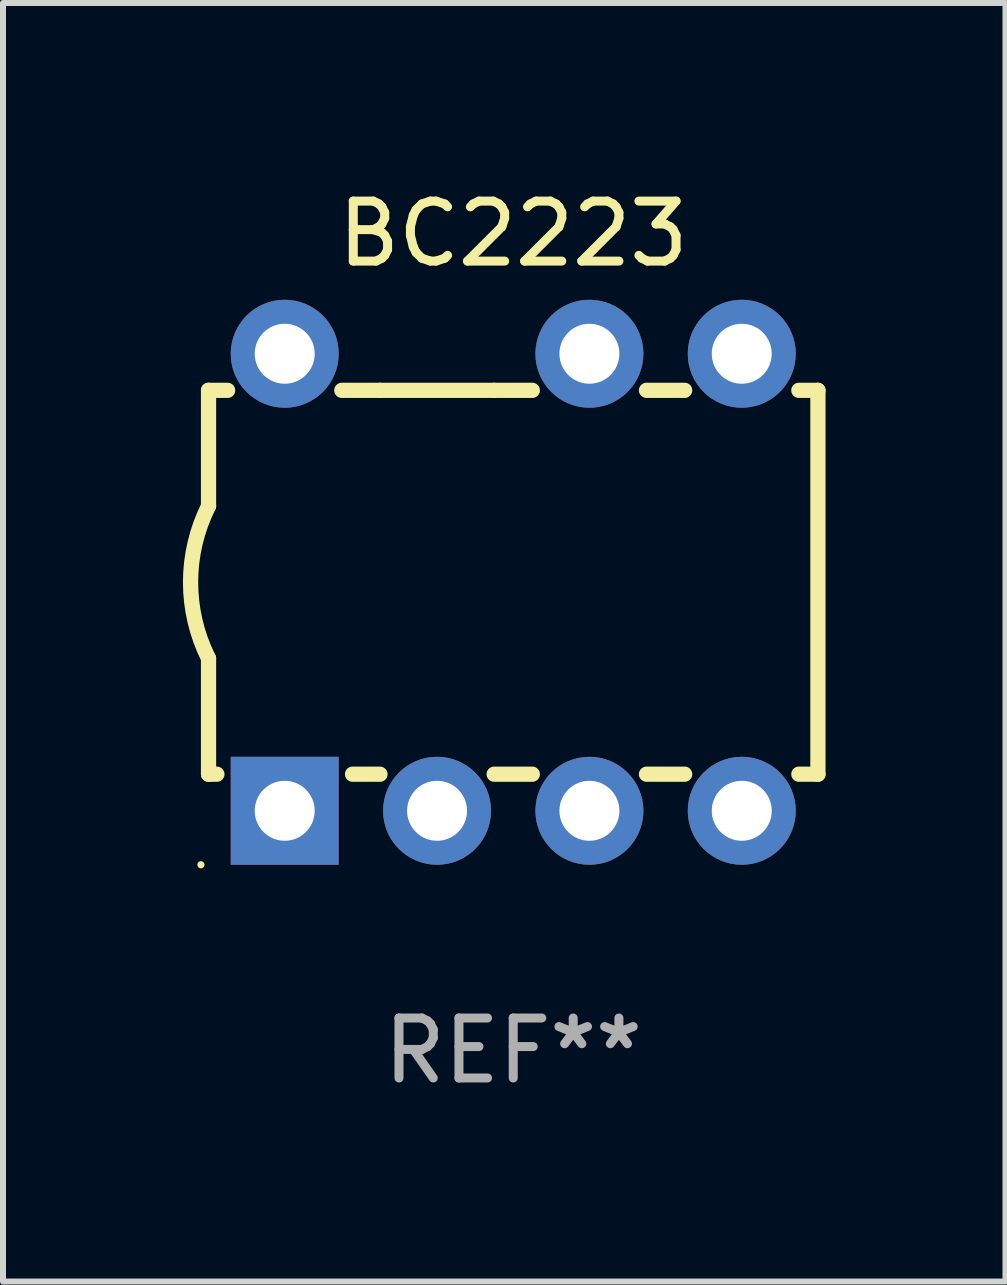
<source format=kicad_pcb>
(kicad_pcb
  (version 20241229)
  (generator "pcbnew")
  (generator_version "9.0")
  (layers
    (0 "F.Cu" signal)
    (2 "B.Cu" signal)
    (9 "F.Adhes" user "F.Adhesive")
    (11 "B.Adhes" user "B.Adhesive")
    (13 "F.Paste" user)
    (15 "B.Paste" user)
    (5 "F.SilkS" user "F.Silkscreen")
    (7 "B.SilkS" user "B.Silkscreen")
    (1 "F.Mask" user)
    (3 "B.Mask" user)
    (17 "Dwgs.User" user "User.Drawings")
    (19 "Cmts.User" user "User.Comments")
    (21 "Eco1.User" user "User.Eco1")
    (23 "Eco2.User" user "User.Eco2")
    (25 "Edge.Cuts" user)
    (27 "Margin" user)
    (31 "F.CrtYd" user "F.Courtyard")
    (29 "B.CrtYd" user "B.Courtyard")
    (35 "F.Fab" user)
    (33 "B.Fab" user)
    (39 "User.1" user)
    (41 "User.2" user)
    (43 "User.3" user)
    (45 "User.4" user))
  (footprint "BC2223"
    (layer "F.Cu")
    (at 5.507 6.658)
    (property "Reference" "BC2223" (at 0 -5.81 0) (layer "F.SilkS") (effects (font (size 1 1) (thickness 0.15))))
    (attr through_hole)
    (fp_line (start -5.08 -3.2) (end -4.762 -3.2) (stroke (width 0.254) (type solid)) (layer "F.SilkS"))
    (fp_line (start -5.08 -1.27) (end -5.08 -3.2) (stroke (width 0.254) (type solid)) (layer "F.SilkS"))
    (fp_line (start -5.08 3.2) (end -5.08 1.27) (stroke (width 0.254) (type solid)) (layer "F.SilkS"))
    (fp_line (start -5.08 3.2) (end -4.941 3.2) (stroke (width 0.254) (type solid)) (layer "F.SilkS"))
    (fp_line (start -2.858 -3.2) (end -2.222 -3.2) (stroke (width 0.254) (type solid)) (layer "F.SilkS"))
    (fp_line (start -2.679 3.2) (end -2.222 3.2) (stroke (width 0.254) (type solid)) (layer "F.SilkS"))
    (fp_line (start -2.222 -3.2) (end -0.318 -3.2) (stroke (width 0.254) (type solid)) (layer "F.SilkS"))
    (fp_line (start -0.318 -3.2) (end 0.318 -3.2) (stroke (width 0.254) (type solid)) (layer "F.SilkS"))
    (fp_line (start -0.318 3.2) (end 0.318 3.2) (stroke (width 0.254) (type solid)) (layer "F.SilkS"))
    (fp_line (start 2.222 -3.2) (end 2.858 -3.2) (stroke (width 0.254) (type solid)) (layer "F.SilkS"))
    (fp_line (start 2.222 3.2) (end 2.858 3.2) (stroke (width 0.254) (type solid)) (layer "F.SilkS"))
    (fp_line (start 4.762 -3.2) (end 5.08 -3.2) (stroke (width 0.254) (type solid)) (layer "F.SilkS"))
    (fp_line (start 4.762 3.2) (end 5.08 3.2) (stroke (width 0.254) (type solid)) (layer "F.SilkS"))
    (fp_line (start 5.08 3.2) (end 5.08 -3.2) (stroke (width 0.254) (type solid)) (layer "F.SilkS"))
    (fp_arc (start -5.080011 1.270002) (mid -5.379818 -0.000001) (end -5.08001 -1.270003) (stroke (width 0.254001) (type solid)) (layer "F.SilkS"))
    (fp_circle (center -5.207 4.71) (end -5.177 4.71) (stroke (width 0.06) (type solid)) (fill no) (layer "F.SilkS"))
    (fp_text user "REF**" (at 0 7.81 0) (layer "F.Fab") (effects (font (size 1 1) (thickness 0.15))))
    (pad "1" thru_hole rect (at -3.81 3.81) (size 1.8 1.8) (drill 1) (layers "*.Cu" "*.Mask"))
    (pad "2" thru_hole circle (at -1.27 3.81) (size 1.8 1.8) (drill 1) (layers "*.Cu" "*.Mask"))
    (pad "3" thru_hole circle (at 1.27 3.81) (size 1.8 1.8) (drill 1) (layers "*.Cu" "*.Mask"))
    (pad "4" thru_hole circle (at 3.81 3.81) (size 1.8 1.8) (drill 1) (layers "*.Cu" "*.Mask"))
    (pad "5" thru_hole circle (at 3.81 -3.81) (size 1.8 1.8) (drill 1) (layers "*.Cu" "*.Mask"))
    (pad "6" thru_hole circle (at 1.27 -3.81) (size 1.8 1.8) (drill 1) (layers "*.Cu" "*.Mask"))
    (pad "8" thru_hole circle (at -3.81 -3.81) (size 1.8 1.8) (drill 1) (layers "*.Cu" "*.Mask")))
  (gr_rect
    (start -3 -3)
    (end 13.714 18.317)
    (stroke (width 0.1) (type default))
    (fill no)
    (layer "Edge.Cuts")))
</source>
